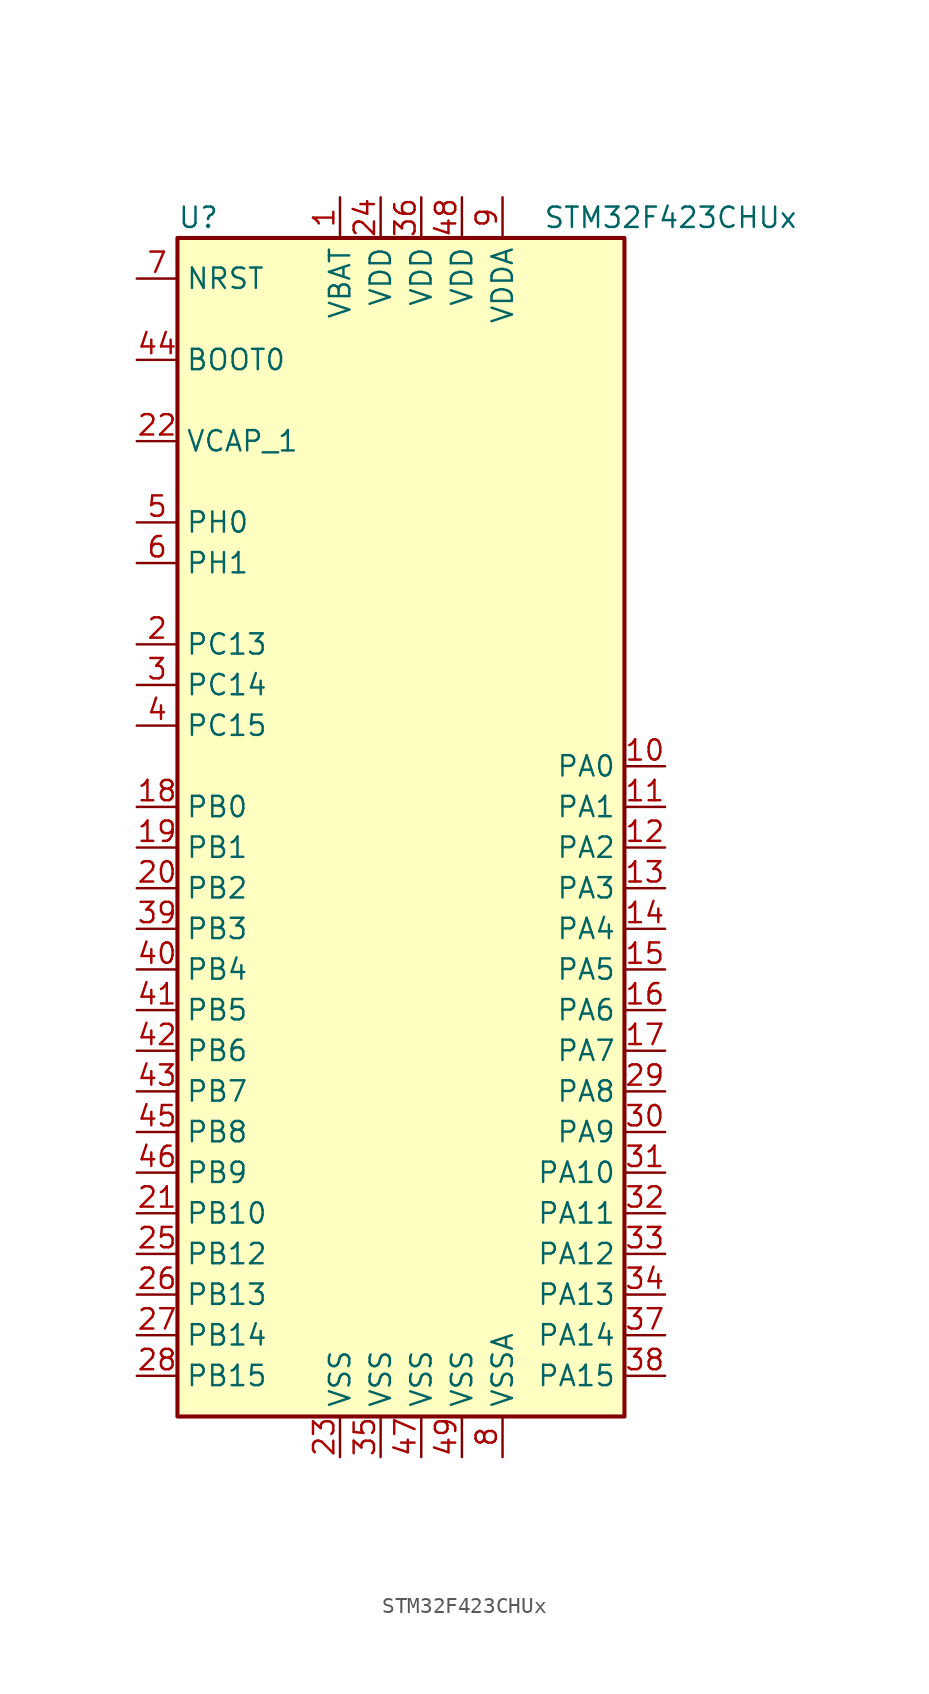
<source format=kicad_sym>
(kicad_symbol_lib
  (version 20220914)
  (generator kicad_symbol_editor)
  (symbol "STM32F423CHUx"
    (property "Reference" "U"
      (at -15.24 36.83 0)
      (effects (font (size 1.27 1.27)) (justify left)))
    (property "Value" "STM32F423CHUx"
      (at 7.62 36.83 0)
      (effects (font (size 1.27 1.27)) (justify left)))
    (symbol "STM32F423CHUx_0_1"
      (rectangle (start -15.24 -38.1) (end 12.7 35.56) (stroke (width 0.254) (type default)) (fill (type background))))
    (symbol "STM32F423CHUx_1_1"
      (pin power_in line (at -5.08 38.1 270) (length 2.54) (name "VBAT" (effects (font (size 1.27 1.27)))) (number "1" (effects (font (size 1.27 1.27)))))
      (pin bidirectional line (at 15.24 2.54 180) (length 2.54) (name "PA0" (effects (font (size 1.27 1.27)))) (number "10" (effects (font (size 1.27 1.27)))))
      (pin bidirectional line (at 15.24 0 180) (length 2.54) (name "PA1" (effects (font (size 1.27 1.27)))) (number "11" (effects (font (size 1.27 1.27)))))
      (pin bidirectional line (at 15.24 -2.54 180) (length 2.54) (name "PA2" (effects (font (size 1.27 1.27)))) (number "12" (effects (font (size 1.27 1.27)))))
      (pin bidirectional line (at 15.24 -5.08 180) (length 2.54) (name "PA3" (effects (font (size 1.27 1.27)))) (number "13" (effects (font (size 1.27 1.27)))))
      (pin bidirectional line (at 15.24 -7.62 180) (length 2.54) (name "PA4" (effects (font (size 1.27 1.27)))) (number "14" (effects (font (size 1.27 1.27)))))
      (pin bidirectional line (at 15.24 -10.16 180) (length 2.54) (name "PA5" (effects (font (size 1.27 1.27)))) (number "15" (effects (font (size 1.27 1.27)))))
      (pin bidirectional line (at 15.24 -12.7 180) (length 2.54) (name "PA6" (effects (font (size 1.27 1.27)))) (number "16" (effects (font (size 1.27 1.27)))))
      (pin bidirectional line (at 15.24 -15.24 180) (length 2.54) (name "PA7" (effects (font (size 1.27 1.27)))) (number "17" (effects (font (size 1.27 1.27)))))
      (pin bidirectional line (at -17.78 0 0) (length 2.54) (name "PB0" (effects (font (size 1.27 1.27)))) (number "18" (effects (font (size 1.27 1.27)))))
      (pin bidirectional line (at -17.78 -2.54 0) (length 2.54) (name "PB1" (effects (font (size 1.27 1.27)))) (number "19" (effects (font (size 1.27 1.27)))))
      (pin bidirectional line (at -17.78 10.16 0) (length 2.54) (name "PC13" (effects (font (size 1.27 1.27)))) (number "2" (effects (font (size 1.27 1.27)))))
      (pin bidirectional line (at -17.78 -5.08 0) (length 2.54) (name "PB2" (effects (font (size 1.27 1.27)))) (number "20" (effects (font (size 1.27 1.27)))))
      (pin bidirectional line (at -17.78 -25.4 0) (length 2.54) (name "PB10" (effects (font (size 1.27 1.27)))) (number "21" (effects (font (size 1.27 1.27)))))
      (pin power_in line (at -17.78 22.86 0) (length 2.54) (name "VCAP_1" (effects (font (size 1.27 1.27)))) (number "22" (effects (font (size 1.27 1.27)))))
      (pin power_in line (at -5.08 -40.64 90) (length 2.54) (name "VSS" (effects (font (size 1.27 1.27)))) (number "23" (effects (font (size 1.27 1.27)))))
      (pin power_in line (at -2.54 38.1 270) (length 2.54) (name "VDD" (effects (font (size 1.27 1.27)))) (number "24" (effects (font (size 1.27 1.27)))))
      (pin bidirectional line (at -17.78 -27.94 0) (length 2.54) (name "PB12" (effects (font (size 1.27 1.27)))) (number "25" (effects (font (size 1.27 1.27)))))
      (pin bidirectional line (at -17.78 -30.48 0) (length 2.54) (name "PB13" (effects (font (size 1.27 1.27)))) (number "26" (effects (font (size 1.27 1.27)))))
      (pin bidirectional line (at -17.78 -33.02 0) (length 2.54) (name "PB14" (effects (font (size 1.27 1.27)))) (number "27" (effects (font (size 1.27 1.27)))))
      (pin bidirectional line (at -17.78 -35.56 0) (length 2.54) (name "PB15" (effects (font (size 1.27 1.27)))) (number "28" (effects (font (size 1.27 1.27)))))
      (pin bidirectional line (at 15.24 -17.78 180) (length 2.54) (name "PA8" (effects (font (size 1.27 1.27)))) (number "29" (effects (font (size 1.27 1.27)))))
      (pin bidirectional line (at -17.78 7.62 0) (length 2.54) (name "PC14" (effects (font (size 1.27 1.27)))) (number "3" (effects (font (size 1.27 1.27)))))
      (pin bidirectional line (at 15.24 -20.32 180) (length 2.54) (name "PA9" (effects (font (size 1.27 1.27)))) (number "30" (effects (font (size 1.27 1.27)))))
      (pin bidirectional line (at 15.24 -22.86 180) (length 2.54) (name "PA10" (effects (font (size 1.27 1.27)))) (number "31" (effects (font (size 1.27 1.27)))))
      (pin bidirectional line (at 15.24 -25.4 180) (length 2.54) (name "PA11" (effects (font (size 1.27 1.27)))) (number "32" (effects (font (size 1.27 1.27)))))
      (pin bidirectional line (at 15.24 -27.94 180) (length 2.54) (name "PA12" (effects (font (size 1.27 1.27)))) (number "33" (effects (font (size 1.27 1.27)))))
      (pin bidirectional line (at 15.24 -30.48 180) (length 2.54) (name "PA13" (effects (font (size 1.27 1.27)))) (number "34" (effects (font (size 1.27 1.27)))))
      (pin power_in line (at -2.54 -40.64 90) (length 2.54) (name "VSS" (effects (font (size 1.27 1.27)))) (number "35" (effects (font (size 1.27 1.27)))))
      (pin power_in line (at 0 38.1 270) (length 2.54) (name "VDD" (effects (font (size 1.27 1.27)))) (number "36" (effects (font (size 1.27 1.27)))))
      (pin bidirectional line (at 15.24 -33.02 180) (length 2.54) (name "PA14" (effects (font (size 1.27 1.27)))) (number "37" (effects (font (size 1.27 1.27)))))
      (pin bidirectional line (at 15.24 -35.56 180) (length 2.54) (name "PA15" (effects (font (size 1.27 1.27)))) (number "38" (effects (font (size 1.27 1.27)))))
      (pin bidirectional line (at -17.78 -7.62 0) (length 2.54) (name "PB3" (effects (font (size 1.27 1.27)))) (number "39" (effects (font (size 1.27 1.27)))))
      (pin bidirectional line (at -17.78 5.08 0) (length 2.54) (name "PC15" (effects (font (size 1.27 1.27)))) (number "4" (effects (font (size 1.27 1.27)))))
      (pin bidirectional line (at -17.78 -10.16 0) (length 2.54) (name "PB4" (effects (font (size 1.27 1.27)))) (number "40" (effects (font (size 1.27 1.27)))))
      (pin bidirectional line (at -17.78 -12.7 0) (length 2.54) (name "PB5" (effects (font (size 1.27 1.27)))) (number "41" (effects (font (size 1.27 1.27)))))
      (pin bidirectional line (at -17.78 -15.24 0) (length 2.54) (name "PB6" (effects (font (size 1.27 1.27)))) (number "42" (effects (font (size 1.27 1.27)))))
      (pin bidirectional line (at -17.78 -17.78 0) (length 2.54) (name "PB7" (effects (font (size 1.27 1.27)))) (number "43" (effects (font (size 1.27 1.27)))))
      (pin input line (at -17.78 27.94 0) (length 2.54) (name "BOOT0" (effects (font (size 1.27 1.27)))) (number "44" (effects (font (size 1.27 1.27)))))
      (pin bidirectional line (at -17.78 -20.32 0) (length 2.54) (name "PB8" (effects (font (size 1.27 1.27)))) (number "45" (effects (font (size 1.27 1.27)))))
      (pin bidirectional line (at -17.78 -22.86 0) (length 2.54) (name "PB9" (effects (font (size 1.27 1.27)))) (number "46" (effects (font (size 1.27 1.27)))))
      (pin power_in line (at 0 -40.64 90) (length 2.54) (name "VSS" (effects (font (size 1.27 1.27)))) (number "47" (effects (font (size 1.27 1.27)))))
      (pin power_in line (at 2.54 38.1 270) (length 2.54) (name "VDD" (effects (font (size 1.27 1.27)))) (number "48" (effects (font (size 1.27 1.27)))))
      (pin power_in line (at 2.54 -40.64 90) (length 2.54) (name "VSS" (effects (font (size 1.27 1.27)))) (number "49" (effects (font (size 1.27 1.27)))))
      (pin input line (at -17.78 17.78 0) (length 2.54) (name "PH0" (effects (font (size 1.27 1.27)))) (number "5" (effects (font (size 1.27 1.27)))))
      (pin input line (at -17.78 15.24 0) (length 2.54) (name "PH1" (effects (font (size 1.27 1.27)))) (number "6" (effects (font (size 1.27 1.27)))))
      (pin input line (at -17.78 33.02 0) (length 2.54) (name "NRST" (effects (font (size 1.27 1.27)))) (number "7" (effects (font (size 1.27 1.27)))))
      (pin power_in line (at 5.08 -40.64 90) (length 2.54) (name "VSSA" (effects (font (size 1.27 1.27)))) (number "8" (effects (font (size 1.27 1.27)))))
      (pin power_in line (at 5.08 38.1 270) (length 2.54) (name "VDDA" (effects (font (size 1.27 1.27)))) (number "9" (effects (font (size 1.27 1.27))))))))
</source>
